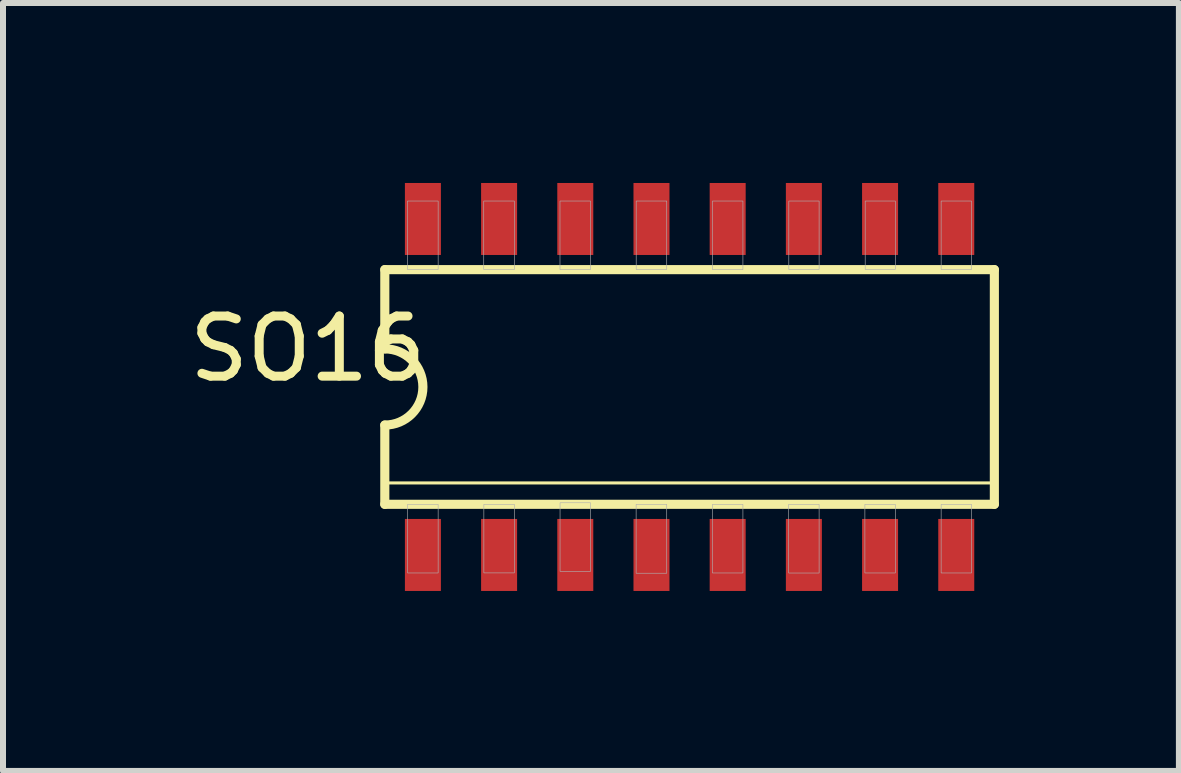
<source format=kicad_pcb>
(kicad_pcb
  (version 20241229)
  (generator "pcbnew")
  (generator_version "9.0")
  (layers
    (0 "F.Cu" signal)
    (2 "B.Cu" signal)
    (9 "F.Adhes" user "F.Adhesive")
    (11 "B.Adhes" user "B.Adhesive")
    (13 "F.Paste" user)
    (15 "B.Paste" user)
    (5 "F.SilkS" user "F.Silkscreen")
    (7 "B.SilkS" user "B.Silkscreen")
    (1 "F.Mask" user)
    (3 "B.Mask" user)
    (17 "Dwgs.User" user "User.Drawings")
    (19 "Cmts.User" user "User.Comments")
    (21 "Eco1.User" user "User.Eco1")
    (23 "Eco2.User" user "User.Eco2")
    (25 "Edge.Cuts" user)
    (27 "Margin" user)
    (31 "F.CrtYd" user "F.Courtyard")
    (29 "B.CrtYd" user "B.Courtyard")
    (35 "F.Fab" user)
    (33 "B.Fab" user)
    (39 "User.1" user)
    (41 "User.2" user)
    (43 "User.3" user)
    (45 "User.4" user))
  (footprint "SO16"
    (layer "F.Cu")
    (at 8.444 3.4)
    (property "Reference" "SO16" (at -6.363 -0.636 180) (layer "F.SilkS") (effects (font (size 1.002 1.002) (thickness 0.15))))
    (attr through_hole)
    (fp_line (start -5.08 -0.635) (end -5.08 -1.956) (stroke (width 0.152) (type solid)) (layer "F.SilkS"))
    (fp_line (start -5.08 1.6) (end 5.08 1.6) (stroke (width 0.051) (type solid)) (layer "F.SilkS"))
    (fp_line (start -5.08 1.956) (end -5.08 0.635) (stroke (width 0.152) (type solid)) (layer "F.SilkS"))
    (fp_line (start -5.08 1.956) (end 5.08 1.956) (stroke (width 0.152) (type solid)) (layer "F.SilkS"))
    (fp_line (start 5.08 -1.956) (end -5.08 -1.956) (stroke (width 0.152) (type solid)) (layer "F.SilkS"))
    (fp_line (start 5.08 1.956) (end 5.08 -1.956) (stroke (width 0.152) (type solid)) (layer "F.SilkS"))
    (fp_arc (start -5.08 -0.635) (mid -4.445 0) (end -5.08 0.635) (stroke (width 0.1524) (type solid)) (layer "F.SilkS"))
    (fp_poly (pts (xy -4.703 -3.099) (xy -4.191 -3.099) (xy -4.191 -1.958) (xy -4.703 -1.958)) (stroke (width 0.01) (type solid)) (fill no) (layer "F.Fab"))
    (fp_poly (pts (xy -4.7 1.956) (xy -4.191 1.956) (xy -4.191 3.1) (xy -4.7 3.1)) (stroke (width 0.01) (type solid)) (fill no) (layer "F.Fab"))
    (fp_poly (pts (xy -3.431 -3.099) (xy -2.921 -3.099) (xy -2.921 -1.957) (xy -3.431 -1.957)) (stroke (width 0.01) (type solid)) (fill no) (layer "F.Fab"))
    (fp_poly (pts (xy -3.429 1.956) (xy -2.921 1.956) (xy -2.921 3.099) (xy -3.429 3.099)) (stroke (width 0.01) (type solid)) (fill no) (layer "F.Fab"))
    (fp_poly (pts (xy -2.16 -3.099) (xy -1.651 -3.099) (xy -1.651 -1.957) (xy -2.16 -1.957)) (stroke (width 0.01) (type solid)) (fill no) (layer "F.Fab"))
    (fp_poly (pts (xy -2.159 1.93) (xy -1.651 1.93) (xy -1.651 3.074) (xy -2.159 3.074)) (stroke (width 0.01) (type solid)) (fill no) (layer "F.Fab"))
    (fp_poly (pts (xy -0.891 1.956) (xy -0.381 1.956) (xy -0.381 3.105) (xy -0.891 3.105)) (stroke (width 0.01) (type solid)) (fill no) (layer "F.Fab"))
    (fp_poly (pts (xy -0.89 -3.099) (xy -0.381 -3.099) (xy -0.381 -1.959) (xy -0.89 -1.959)) (stroke (width 0.01) (type solid)) (fill no) (layer "F.Fab"))
    (fp_poly (pts (xy 0.381 -3.099) (xy 0.889 -3.099) (xy 0.889 -1.956) (xy 0.381 -1.956)) (stroke (width 0.01) (type solid)) (fill no) (layer "F.Fab"))
    (fp_poly (pts (xy 0.381 1.956) (xy 0.889 1.956) (xy 0.889 3.1) (xy 0.381 3.1)) (stroke (width 0.01) (type solid)) (fill no) (layer "F.Fab"))
    (fp_poly (pts (xy 1.652 1.956) (xy 2.159 1.956) (xy 2.159 3.101) (xy 1.652 3.101)) (stroke (width 0.01) (type solid)) (fill no) (layer "F.Fab"))
    (fp_poly (pts (xy 1.654 -3.099) (xy 2.159 -3.099) (xy 2.159 -1.959) (xy 1.654 -1.959)) (stroke (width 0.01) (type solid)) (fill no) (layer "F.Fab"))
    (fp_poly (pts (xy 2.922 1.956) (xy 3.429 1.956) (xy 3.429 3.1) (xy 2.922 3.1)) (stroke (width 0.01) (type solid)) (fill no) (layer "F.Fab"))
    (fp_poly (pts (xy 2.927 -3.099) (xy 3.429 -3.099) (xy 3.429 -1.96) (xy 2.927 -1.96)) (stroke (width 0.01) (type solid)) (fill no) (layer "F.Fab"))
    (fp_poly (pts (xy 4.193 -3.099) (xy 4.699 -3.099) (xy 4.699 -1.957) (xy 4.193 -1.957)) (stroke (width 0.01) (type solid)) (fill no) (layer "F.Fab"))
    (fp_poly (pts (xy 4.193 1.956) (xy 4.699 1.956) (xy 4.699 3.1) (xy 4.193 3.1)) (stroke (width 0.01) (type solid)) (fill no) (layer "F.Fab"))
    (pad "1" smd rect (at -4.445 2.8) (size 0.6 1.2) (layers "F.Cu" "F.Mask" "F.Paste"))
    (pad "2" smd rect (at -3.175 2.8) (size 0.6 1.2) (layers "F.Cu" "F.Mask" "F.Paste"))
    (pad "3" smd rect (at -1.905 2.8) (size 0.6 1.2) (layers "F.Cu" "F.Mask" "F.Paste"))
    (pad "4" smd rect (at -0.635 2.8) (size 0.6 1.2) (layers "F.Cu" "F.Mask" "F.Paste"))
    (pad "5" smd rect (at 0.635 2.8) (size 0.6 1.2) (layers "F.Cu" "F.Mask" "F.Paste"))
    (pad "6" smd rect (at 1.905 2.8) (size 0.6 1.2) (layers "F.Cu" "F.Mask" "F.Paste"))
    (pad "7" smd rect (at 3.175 2.8) (size 0.6 1.2) (layers "F.Cu" "F.Mask" "F.Paste"))
    (pad "8" smd rect (at 4.445 2.8) (size 0.6 1.2) (layers "F.Cu" "F.Mask" "F.Paste"))
    (pad "9" smd rect (at 4.445 -2.8) (size 0.6 1.2) (layers "F.Cu" "F.Mask" "F.Paste"))
    (pad "10" smd rect (at 3.175 -2.8) (size 0.6 1.2) (layers "F.Cu" "F.Mask" "F.Paste"))
    (pad "11" smd rect (at 1.905 -2.8) (size 0.6 1.2) (layers "F.Cu" "F.Mask" "F.Paste"))
    (pad "12" smd rect (at 0.635 -2.8) (size 0.6 1.2) (layers "F.Cu" "F.Mask" "F.Paste"))
    (pad "13" smd rect (at -0.635 -2.8) (size 0.6 1.2) (layers "F.Cu" "F.Mask" "F.Paste"))
    (pad "14" smd rect (at -1.905 -2.8) (size 0.6 1.2) (layers "F.Cu" "F.Mask" "F.Paste"))
    (pad "15" smd rect (at -3.175 -2.8) (size 0.6 1.2) (layers "F.Cu" "F.Mask" "F.Paste"))
    (pad "16" smd rect (at -4.445 -2.8) (size 0.6 1.2) (layers "F.Cu" "F.Mask" "F.Paste")))
  (gr_rect
    (start -3 -3)
    (end 16.6 9.8)
    (stroke (width 0.1) (type default))
    (fill no)
    (layer "Edge.Cuts")))
</source>
